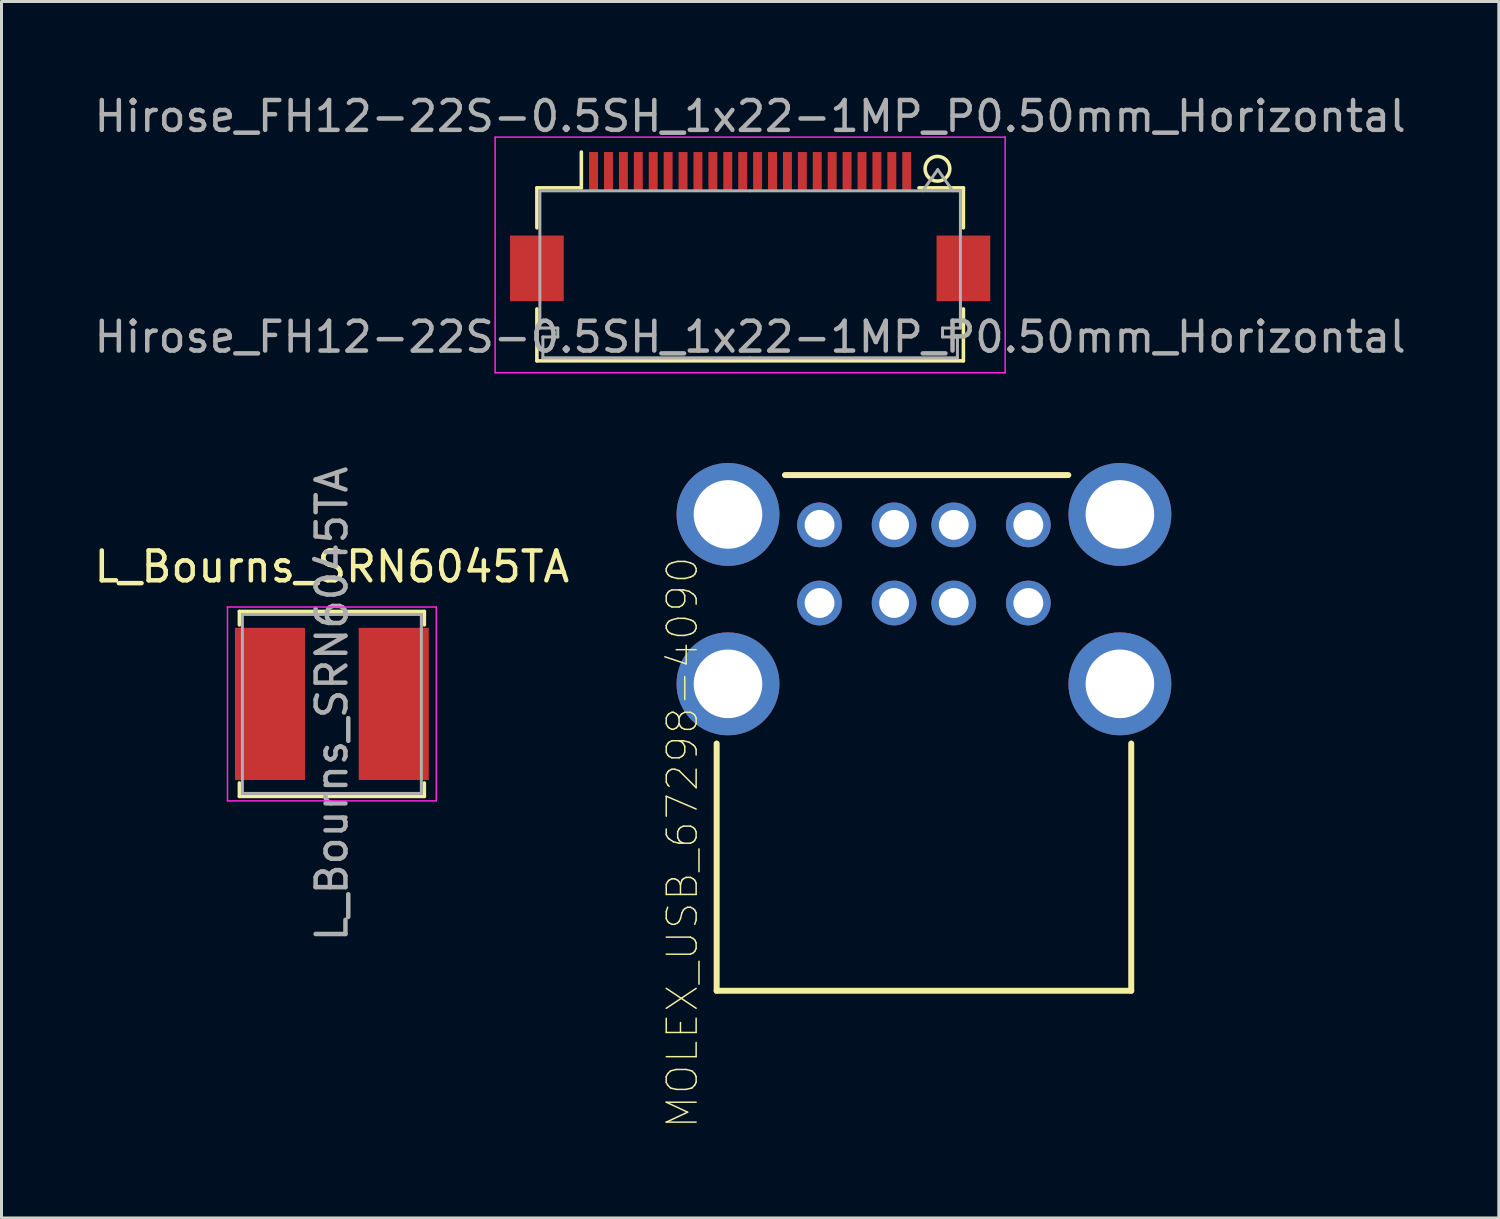
<source format=kicad_pcb>
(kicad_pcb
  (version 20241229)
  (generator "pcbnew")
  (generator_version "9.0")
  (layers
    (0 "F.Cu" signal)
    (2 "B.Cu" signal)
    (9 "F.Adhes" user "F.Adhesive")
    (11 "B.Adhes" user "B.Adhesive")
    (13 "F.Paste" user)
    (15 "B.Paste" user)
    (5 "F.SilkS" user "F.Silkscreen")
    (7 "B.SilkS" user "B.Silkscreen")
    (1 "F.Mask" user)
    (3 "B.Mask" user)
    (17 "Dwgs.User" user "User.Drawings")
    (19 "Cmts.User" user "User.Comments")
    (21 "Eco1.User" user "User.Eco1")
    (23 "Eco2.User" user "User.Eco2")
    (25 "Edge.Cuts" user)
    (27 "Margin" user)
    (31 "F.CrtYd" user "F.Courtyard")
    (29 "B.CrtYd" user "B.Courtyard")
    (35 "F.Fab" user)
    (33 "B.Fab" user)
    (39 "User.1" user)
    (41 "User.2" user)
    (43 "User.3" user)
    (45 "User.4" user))
  (footprint "MOLEX_USB_67298-4090"
    (layer "F.Cu")
    (at 27.928 19.878)
    (property "Reference" "MOLEX_USB_67298-4090" (at -8.099 5.319 90) (layer "F.SilkS") (effects (font (size 1.002 1.002) (thickness 0.05))))
    (attr through_hole)
    (fp_line (start -6.95 10.29) (end -6.95 2) (stroke (width 0.2) (type solid)) (layer "F.SilkS"))
    (fp_line (start -6.95 10.29) (end 6.95 10.29) (stroke (width 0.2) (type solid)) (layer "F.SilkS"))
    (fp_line (start -4.66 -7) (end 4.84 -7) (stroke (width 0.2) (type solid)) (layer "F.SilkS"))
    (fp_line (start 6.95 2) (end 6.95 10.29) (stroke (width 0.2) (type solid)) (layer "F.SilkS"))
    (fp_line (start -7.8 -7.25) (end 7.8 -7.25) (stroke (width 0.05) (type solid)) (layer "Eco1.User"))
    (fp_line (start -7.8 -4.5) (end -7.8 -7.25) (stroke (width 0.05) (type solid)) (layer "Eco1.User"))
    (fp_line (start -7.8 -1.25) (end -7.2 -1.25) (stroke (width 0.05) (type solid)) (layer "Eco1.User"))
    (fp_line (start -7.8 1.25) (end -7.8 -1.25) (stroke (width 0.05) (type solid)) (layer "Eco1.User"))
    (fp_line (start -7.2 -4.5) (end -7.8 -4.5) (stroke (width 0.05) (type solid)) (layer "Eco1.User"))
    (fp_line (start -7.2 -1.25) (end -7.2 -4.5) (stroke (width 0.05) (type solid)) (layer "Eco1.User"))
    (fp_line (start -7.2 1.25) (end -7.8 1.25) (stroke (width 0.05) (type solid)) (layer "Eco1.User"))
    (fp_line (start -7.2 10.45) (end -7.2 1.25) (stroke (width 0.05) (type solid)) (layer "Eco1.User"))
    (fp_line (start 7.2 -4.5) (end 7.2 -1.25) (stroke (width 0.05) (type solid)) (layer "Eco1.User"))
    (fp_line (start 7.2 -1.25) (end 7.8 -1.25) (stroke (width 0.05) (type solid)) (layer "Eco1.User"))
    (fp_line (start 7.2 1.25) (end 7.2 10.45) (stroke (width 0.05) (type solid)) (layer "Eco1.User"))
    (fp_line (start 7.2 10.45) (end -7.2 10.45) (stroke (width 0.05) (type solid)) (layer "Eco1.User"))
    (fp_line (start 7.8 -7.25) (end 7.8 -4.5) (stroke (width 0.05) (type solid)) (layer "Eco1.User"))
    (fp_line (start 7.8 -4.5) (end 7.2 -4.5) (stroke (width 0.05) (type solid)) (layer "Eco1.User"))
    (fp_line (start 7.8 -1.25) (end 7.8 1.25) (stroke (width 0.05) (type solid)) (layer "Eco1.User"))
    (fp_line (start 7.8 1.25) (end 7.2 1.25) (stroke (width 0.05) (type solid)) (layer "Eco1.User"))
    (pad "1" thru_hole circle (at -3.5 -5.33) (size 1.5 1.5) (drill 1) (layers "*.Cu" "*.Mask"))
    (pad "2" thru_hole circle (at -1 -5.33) (size 1.5 1.5) (drill 1) (layers "*.Cu" "*.Mask"))
    (pad "3" thru_hole circle (at 1 -5.33) (size 1.5 1.5) (drill 1) (layers "*.Cu" "*.Mask"))
    (pad "4" thru_hole circle (at 3.5 -5.33) (size 1.5 1.5) (drill 1) (layers "*.Cu" "*.Mask"))
    (pad "5" thru_hole circle (at -3.5 -2.71) (size 1.5 1.5) (drill 1) (layers "*.Cu" "*.Mask"))
    (pad "6" thru_hole circle (at -1 -2.71) (size 1.5 1.5) (drill 1) (layers "*.Cu" "*.Mask"))
    (pad "7" thru_hole circle (at 1 -2.71) (size 1.5 1.5) (drill 1) (layers "*.Cu" "*.Mask"))
    (pad "8" thru_hole circle (at 3.5 -2.71) (size 1.5 1.5) (drill 1) (layers "*.Cu" "*.Mask"))
    (pad "MT1" thru_hole circle (at -6.57 0) (size 3.45 3.45) (drill 2.3) (layers "*.Cu" "*.Mask"))
    (pad "MT2" thru_hole circle (at 6.57 0) (size 3.45 3.45) (drill 2.3) (layers "*.Cu" "*.Mask"))
    (pad "MT3" thru_hole circle (at -6.57 -5.68) (size 3.45 3.45) (drill 2.3) (layers "*.Cu" "*.Mask"))
    (pad "MT4" thru_hole circle (at 6.57 -5.68) (size 3.45 3.45) (drill 2.3) (layers "*.Cu" "*.Mask")))
  (footprint "Hirose_FH12-22S-0.5SH_1x22-1MP_P0.50mm_Horizontal"
    (layer "F.Cu")
    (at 22.101 4.548)
    (property "Reference" "Hirose_FH12-22S-0.5SH_1x22-1MP_P0.50mm_Horizontal" (at 0 -3.7 180) (layer "F.Fab") (effects (font (size 1 1) (thickness 0.15))))
    (attr smd)
    (fp_line (start -7.15 -1.3) (end -7.15 0.04) (stroke (width 0.12) (type solid)) (layer "F.SilkS"))
    (fp_line (start -7.15 2.76) (end -7.15 4.5) (stroke (width 0.12) (type solid)) (layer "F.SilkS"))
    (fp_line (start -7.15 4.5) (end 7.15 4.5) (stroke (width 0.12) (type solid)) (layer "F.SilkS"))
    (fp_line (start -5.66 -1.3) (end -7.15 -1.3) (stroke (width 0.12) (type solid)) (layer "F.SilkS"))
    (fp_line (start -5.66 -1.3) (end -5.66 -2.5) (stroke (width 0.12) (type solid)) (layer "F.SilkS"))
    (fp_line (start 5.66 -1.3) (end 7.15 -1.3) (stroke (width 0.12) (type solid)) (layer "F.SilkS"))
    (fp_line (start 7.15 -1.3) (end 7.15 0.04) (stroke (width 0.12) (type solid)) (layer "F.SilkS"))
    (fp_line (start 7.15 4.5) (end 7.15 2.76) (stroke (width 0.12) (type solid)) (layer "F.SilkS"))
    (fp_circle (center 6.28 -1.94) (end 6.61 -1.69) (stroke (width 0.12) (type solid)) (fill no) (layer "F.SilkS"))
    (fp_line (start -8.55 -3) (end -8.55 4.9) (stroke (width 0.05) (type solid)) (layer "F.CrtYd"))
    (fp_line (start -8.55 4.9) (end 8.55 4.9) (stroke (width 0.05) (type solid)) (layer "F.CrtYd"))
    (fp_line (start 8.55 -3) (end -8.55 -3) (stroke (width 0.05) (type solid)) (layer "F.CrtYd"))
    (fp_line (start 8.55 4.9) (end 8.55 -3) (stroke (width 0.05) (type solid)) (layer "F.CrtYd"))
    (fp_line (start -7.05 -1.2) (end -7.05 3.4) (stroke (width 0.1) (type solid)) (layer "F.Fab"))
    (fp_line (start -7.05 3.4) (end -6.45 3.4) (stroke (width 0.1) (type solid)) (layer "F.Fab"))
    (fp_line (start -6.95 3.7) (end -6.95 4.4) (stroke (width 0.1) (type solid)) (layer "F.Fab"))
    (fp_line (start -6.95 4.4) (end 0 4.4) (stroke (width 0.1) (type solid)) (layer "F.Fab"))
    (fp_line (start -6.45 3.4) (end -6.45 3.7) (stroke (width 0.1) (type solid)) (layer "F.Fab"))
    (fp_line (start -6.45 3.7) (end -6.95 3.7) (stroke (width 0.1) (type solid)) (layer "F.Fab"))
    (fp_line (start 0 -1.2) (end -7.05 -1.2) (stroke (width 0.1) (type solid)) (layer "F.Fab"))
    (fp_line (start 0 -1.2) (end 7.05 -1.2) (stroke (width 0.1) (type solid)) (layer "F.Fab"))
    (fp_line (start 6.29 -1.91) (end 5.79 -1.203) (stroke (width 0.1) (type solid)) (layer "F.Fab"))
    (fp_line (start 6.45 3.4) (end 6.45 3.7) (stroke (width 0.1) (type solid)) (layer "F.Fab"))
    (fp_line (start 6.45 3.7) (end 6.95 3.7) (stroke (width 0.1) (type solid)) (layer "F.Fab"))
    (fp_line (start 6.79 -1.203) (end 6.29 -1.91) (stroke (width 0.1) (type solid)) (layer "F.Fab"))
    (fp_line (start 6.95 3.7) (end 6.95 4.4) (stroke (width 0.1) (type solid)) (layer "F.Fab"))
    (fp_line (start 6.95 4.4) (end 0 4.4) (stroke (width 0.1) (type solid)) (layer "F.Fab"))
    (fp_line (start 7.05 -1.2) (end 7.05 3.4) (stroke (width 0.1) (type solid)) (layer "F.Fab"))
    (fp_line (start 7.05 3.4) (end 6.45 3.4) (stroke (width 0.1) (type solid)) (layer "F.Fab"))
    (fp_text user "${REFERENCE}" (at 0 3.7 180) (layer "F.Fab") (effects (font (size 1 1) (thickness 0.15))))
    (pad "1" smd rect (at 5.25 -1.85) (size 0.3 1.3) (layers "F.Cu" "F.Mask" "F.Paste"))
    (pad "2" smd rect (at 4.75 -1.85) (size 0.3 1.3) (layers "F.Cu" "F.Mask" "F.Paste"))
    (pad "3" smd rect (at 4.25 -1.85) (size 0.3 1.3) (layers "F.Cu" "F.Mask" "F.Paste"))
    (pad "4" smd rect (at 3.75 -1.85) (size 0.3 1.3) (layers "F.Cu" "F.Mask" "F.Paste"))
    (pad "5" smd rect (at 3.25 -1.85) (size 0.3 1.3) (layers "F.Cu" "F.Mask" "F.Paste"))
    (pad "6" smd rect (at 2.75 -1.85) (size 0.3 1.3) (layers "F.Cu" "F.Mask" "F.Paste"))
    (pad "7" smd rect (at 2.25 -1.85) (size 0.3 1.3) (layers "F.Cu" "F.Mask" "F.Paste"))
    (pad "8" smd rect (at 1.75 -1.85) (size 0.3 1.3) (layers "F.Cu" "F.Mask" "F.Paste"))
    (pad "9" smd rect (at 1.25 -1.85) (size 0.3 1.3) (layers "F.Cu" "F.Mask" "F.Paste"))
    (pad "10" smd rect (at 0.75 -1.85) (size 0.3 1.3) (layers "F.Cu" "F.Mask" "F.Paste"))
    (pad "11" smd rect (at 0.25 -1.85) (size 0.3 1.3) (layers "F.Cu" "F.Mask" "F.Paste"))
    (pad "12" smd rect (at -0.25 -1.85) (size 0.3 1.3) (layers "F.Cu" "F.Mask" "F.Paste"))
    (pad "13" smd rect (at -0.75 -1.85) (size 0.3 1.3) (layers "F.Cu" "F.Mask" "F.Paste"))
    (pad "14" smd rect (at -1.25 -1.85) (size 0.3 1.3) (layers "F.Cu" "F.Mask" "F.Paste"))
    (pad "15" smd rect (at -1.75 -1.85) (size 0.3 1.3) (layers "F.Cu" "F.Mask" "F.Paste"))
    (pad "16" smd rect (at -2.25 -1.85) (size 0.3 1.3) (layers "F.Cu" "F.Mask" "F.Paste"))
    (pad "17" smd rect (at -2.75 -1.85) (size 0.3 1.3) (layers "F.Cu" "F.Mask" "F.Paste"))
    (pad "18" smd rect (at -3.25 -1.85) (size 0.3 1.3) (layers "F.Cu" "F.Mask" "F.Paste"))
    (pad "19" smd rect (at -3.75 -1.85) (size 0.3 1.3) (layers "F.Cu" "F.Mask" "F.Paste"))
    (pad "20" smd rect (at -4.25 -1.85) (size 0.3 1.3) (layers "F.Cu" "F.Mask" "F.Paste"))
    (pad "21" smd rect (at -4.75 -1.85) (size 0.3 1.3) (layers "F.Cu" "F.Mask" "F.Paste"))
    (pad "22" smd rect (at -5.25 -1.85) (size 0.3 1.3) (layers "F.Cu" "F.Mask" "F.Paste"))
    (pad "MP" smd rect (at -7.15 1.4) (size 1.8 2.2) (layers "F.Cu" "F.Mask" "F.Paste"))
    (pad "MP" smd rect (at 7.15 1.4) (size 1.8 2.2) (layers "F.Cu" "F.Mask" "F.Paste")))
  (footprint "L_Bourns_SRN6045TA"
    (layer "F.Cu")
    (at 8.077 20.551)
    (property "Reference" "L_Bourns_SRN6045TA" (at 0 -4.6 0) (layer "F.SilkS") (effects (font (size 1 1) (thickness 0.15))))
    (attr smd)
    (fp_line (start -3.1 -3.1) (end -3.1 -2.65) (stroke (width 0.12) (type solid)) (layer "F.SilkS"))
    (fp_line (start -3.1 -3.1) (end 3.1 -3.1) (stroke (width 0.12) (type solid)) (layer "F.SilkS"))
    (fp_line (start -3.1 3.1) (end -3.1 2.65) (stroke (width 0.12) (type solid)) (layer "F.SilkS"))
    (fp_line (start 3.1 -3.1) (end 3.1 -2.65) (stroke (width 0.12) (type solid)) (layer "F.SilkS"))
    (fp_line (start 3.1 3.1) (end -3.1 3.1) (stroke (width 0.12) (type solid)) (layer "F.SilkS"))
    (fp_line (start 3.1 3.1) (end 3.1 2.65) (stroke (width 0.12) (type solid)) (layer "F.SilkS"))
    (fp_line (start -3.5 -3.25) (end -3.5 3.25) (stroke (width 0.05) (type solid)) (layer "F.CrtYd"))
    (fp_line (start -3.5 3.25) (end 3.5 3.25) (stroke (width 0.05) (type solid)) (layer "F.CrtYd"))
    (fp_line (start 3.5 -3.25) (end -3.5 -3.25) (stroke (width 0.05) (type solid)) (layer "F.CrtYd"))
    (fp_line (start 3.5 3.25) (end 3.5 -3.25) (stroke (width 0.05) (type solid)) (layer "F.CrtYd"))
    (fp_line (start -3 -3) (end -3 3) (stroke (width 0.1) (type solid)) (layer "F.Fab"))
    (fp_line (start -3 -3) (end 3 -3) (stroke (width 0.1) (type solid)) (layer "F.Fab"))
    (fp_line (start -3 3) (end 3 3) (stroke (width 0.1) (type solid)) (layer "F.Fab"))
    (fp_line (start 3 3) (end 3 -3) (stroke (width 0.1) (type solid)) (layer "F.Fab"))
    (fp_text user "${REFERENCE}" (at 0 0 90) (layer "F.Fab") (effects (font (size 1 1) (thickness 0.15))))
    (pad "1" smd rect (at -2.075 0) (size 2.35 5.1) (layers "F.Cu" "F.Mask" "F.Paste"))
    (pad "2" smd rect (at 2.075 0) (size 2.35 5.1) (layers "F.Cu" "F.Mask" "F.Paste")))
  (gr_rect
    (start -3 -3)
    (end 47.202 37.785)
    (stroke (width 0.1) (type default))
    (fill no)
    (layer "Edge.Cuts")))
</source>
